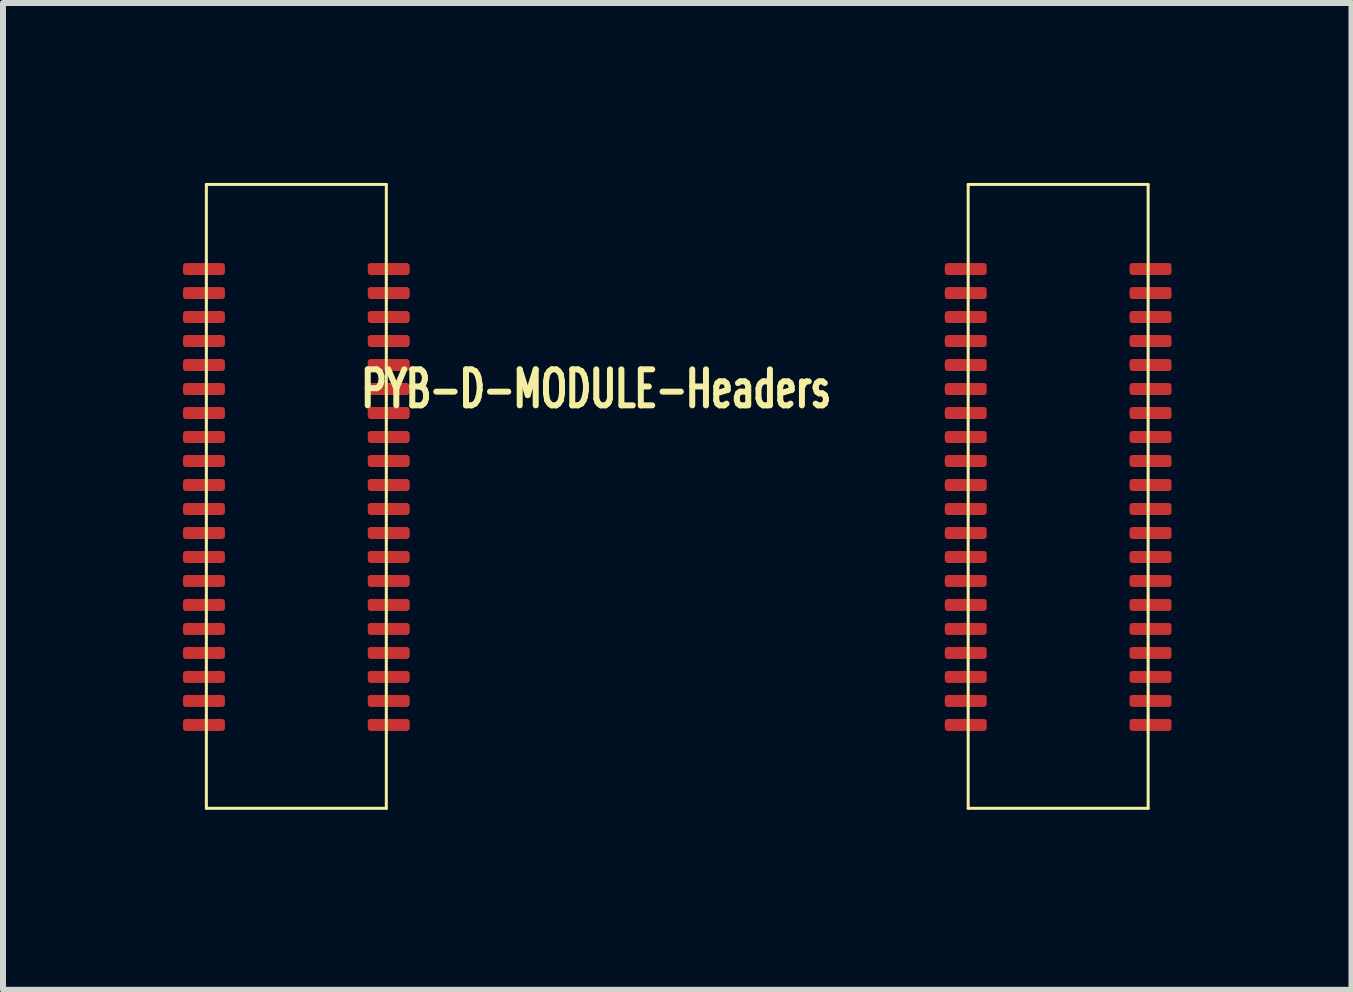
<source format=kicad_pcb>
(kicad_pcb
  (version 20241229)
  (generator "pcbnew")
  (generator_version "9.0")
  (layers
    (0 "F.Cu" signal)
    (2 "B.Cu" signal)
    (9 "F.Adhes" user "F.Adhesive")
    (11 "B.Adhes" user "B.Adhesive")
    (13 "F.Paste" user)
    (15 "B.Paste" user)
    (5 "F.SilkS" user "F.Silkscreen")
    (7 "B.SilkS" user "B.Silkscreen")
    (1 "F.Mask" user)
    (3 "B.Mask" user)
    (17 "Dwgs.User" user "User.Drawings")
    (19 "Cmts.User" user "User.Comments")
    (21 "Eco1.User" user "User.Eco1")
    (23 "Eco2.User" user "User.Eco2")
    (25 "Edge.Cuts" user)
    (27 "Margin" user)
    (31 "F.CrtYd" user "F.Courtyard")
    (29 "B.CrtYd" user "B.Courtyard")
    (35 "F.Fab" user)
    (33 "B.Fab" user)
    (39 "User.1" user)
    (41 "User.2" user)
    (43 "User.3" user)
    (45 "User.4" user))
  (footprint "PYB-D-MODULE-Headers"
    (layer "F.Cu")
    (at 8.24 5.225)
    (property "Reference" "PYB-D-MODULE-Headers" (at -1.35 -1.79 0) (layer "F.SilkS") (effects (font (size 0.6 0.4) (thickness 0.1))))
    (attr smd)
    (fp_line (start -7.85 -5.2) (end -7.85 5.2) (stroke (width 0.05) (type solid)) (layer "F.SilkS"))
    (fp_line (start -7.85 5.2) (end -4.85 5.2) (stroke (width 0.05) (type solid)) (layer "F.SilkS"))
    (fp_line (start -4.85 -5.2) (end -7.85 -5.2) (stroke (width 0.05) (type solid)) (layer "F.SilkS"))
    (fp_line (start -4.85 5.2) (end -4.85 -5.2) (stroke (width 0.05) (type solid)) (layer "F.SilkS"))
    (fp_line (start 4.85 -5.2) (end 4.85 5.2) (stroke (width 0.05) (type solid)) (layer "F.SilkS"))
    (fp_line (start 4.85 5.2) (end 7.85 5.2) (stroke (width 0.05) (type solid)) (layer "F.SilkS"))
    (fp_line (start 7.85 -5.2) (end 4.85 -5.2) (stroke (width 0.05) (type solid)) (layer "F.SilkS"))
    (fp_line (start 7.85 5.2) (end 7.85 -5.2) (stroke (width 0.05) (type solid)) (layer "F.SilkS"))
    (pad "1" smd roundrect (at 4.81 3.81) (size 0.7 0.2) (layers "F.Cu" "F.Mask" "F.Paste") (roundrect_rratio 0.25))
    (pad "2" smd roundrect (at 7.89 3.81) (size 0.7 0.2) (layers "F.Cu" "F.Mask" "F.Paste") (roundrect_rratio 0.25))
    (pad "3" smd roundrect (at 4.81 3.41) (size 0.7 0.2) (layers "F.Cu" "F.Mask" "F.Paste") (roundrect_rratio 0.25))
    (pad "4" smd roundrect (at 7.89 3.41) (size 0.7 0.2) (layers "F.Cu" "F.Mask" "F.Paste") (roundrect_rratio 0.25))
    (pad "5" smd roundrect (at 4.81 3.01) (size 0.7 0.2) (layers "F.Cu" "F.Mask" "F.Paste") (roundrect_rratio 0.25))
    (pad "6" smd roundrect (at 7.89 3.01) (size 0.7 0.2) (layers "F.Cu" "F.Mask" "F.Paste") (roundrect_rratio 0.25))
    (pad "7" smd roundrect (at 4.81 2.61) (size 0.7 0.2) (layers "F.Cu" "F.Mask" "F.Paste") (roundrect_rratio 0.25))
    (pad "8" smd roundrect (at 7.89 2.61) (size 0.7 0.2) (layers "F.Cu" "F.Mask" "F.Paste") (roundrect_rratio 0.25))
    (pad "9" smd roundrect (at 4.81 2.21) (size 0.7 0.2) (layers "F.Cu" "F.Mask" "F.Paste") (roundrect_rratio 0.25))
    (pad "10" smd roundrect (at 7.89 2.21) (size 0.7 0.2) (layers "F.Cu" "F.Mask" "F.Paste") (roundrect_rratio 0.25))
    (pad "11" smd roundrect (at 4.81 1.81) (size 0.7 0.2) (layers "F.Cu" "F.Mask" "F.Paste") (roundrect_rratio 0.25))
    (pad "12" smd roundrect (at 7.89 1.81) (size 0.7 0.2) (layers "F.Cu" "F.Mask" "F.Paste") (roundrect_rratio 0.25))
    (pad "13" smd roundrect (at 4.81 1.41) (size 0.7 0.2) (layers "F.Cu" "F.Mask" "F.Paste") (roundrect_rratio 0.25))
    (pad "14" smd roundrect (at 7.89 1.41) (size 0.7 0.2) (layers "F.Cu" "F.Mask" "F.Paste") (roundrect_rratio 0.25))
    (pad "15" smd roundrect (at 4.81 1.01) (size 0.7 0.2) (layers "F.Cu" "F.Mask" "F.Paste") (roundrect_rratio 0.25))
    (pad "16" smd roundrect (at 7.89 1.01) (size 0.7 0.2) (layers "F.Cu" "F.Mask" "F.Paste") (roundrect_rratio 0.25))
    (pad "17" smd roundrect (at 4.81 0.61) (size 0.7 0.2) (layers "F.Cu" "F.Mask" "F.Paste") (roundrect_rratio 0.25))
    (pad "18" smd roundrect (at 7.89 0.61) (size 0.7 0.2) (layers "F.Cu" "F.Mask" "F.Paste") (roundrect_rratio 0.25))
    (pad "19" smd roundrect (at 4.81 0.21) (size 0.7 0.2) (layers "F.Cu" "F.Mask" "F.Paste") (roundrect_rratio 0.25))
    (pad "20" smd roundrect (at 7.89 0.21) (size 0.7 0.2) (layers "F.Cu" "F.Mask" "F.Paste") (roundrect_rratio 0.25))
    (pad "21" smd roundrect (at 4.81 -0.19) (size 0.7 0.2) (layers "F.Cu" "F.Mask" "F.Paste") (roundrect_rratio 0.25))
    (pad "22" smd roundrect (at 7.89 -0.19) (size 0.7 0.2) (layers "F.Cu" "F.Mask" "F.Paste") (roundrect_rratio 0.25))
    (pad "23" smd roundrect (at 4.81 -0.59) (size 0.7 0.2) (layers "F.Cu" "F.Mask" "F.Paste") (roundrect_rratio 0.25))
    (pad "24" smd roundrect (at 7.89 -0.59) (size 0.7 0.2) (layers "F.Cu" "F.Mask" "F.Paste") (roundrect_rratio 0.25))
    (pad "25" smd roundrect (at 4.81 -0.99) (size 0.7 0.2) (layers "F.Cu" "F.Mask" "F.Paste") (roundrect_rratio 0.25))
    (pad "26" smd roundrect (at 7.89 -0.99) (size 0.7 0.2) (layers "F.Cu" "F.Mask" "F.Paste") (roundrect_rratio 0.25))
    (pad "27" smd roundrect (at 4.81 -1.39) (size 0.7 0.2) (layers "F.Cu" "F.Mask" "F.Paste") (roundrect_rratio 0.25))
    (pad "28" smd roundrect (at 7.89 -1.39) (size 0.7 0.2) (layers "F.Cu" "F.Mask" "F.Paste") (roundrect_rratio 0.25))
    (pad "29" smd roundrect (at 4.81 -1.79) (size 0.7 0.2) (layers "F.Cu" "F.Mask" "F.Paste") (roundrect_rratio 0.25))
    (pad "30" smd roundrect (at 7.89 -1.79) (size 0.7 0.2) (layers "F.Cu" "F.Mask" "F.Paste") (roundrect_rratio 0.25))
    (pad "31" smd roundrect (at 4.81 -2.19) (size 0.7 0.2) (layers "F.Cu" "F.Mask" "F.Paste") (roundrect_rratio 0.25))
    (pad "32" smd roundrect (at 7.89 -2.19) (size 0.7 0.2) (layers "F.Cu" "F.Mask" "F.Paste") (roundrect_rratio 0.25))
    (pad "33" smd roundrect (at 4.81 -2.59) (size 0.7 0.2) (layers "F.Cu" "F.Mask" "F.Paste") (roundrect_rratio 0.25))
    (pad "34" smd roundrect (at 7.89 -2.59) (size 0.7 0.2) (layers "F.Cu" "F.Mask" "F.Paste") (roundrect_rratio 0.25))
    (pad "35" smd roundrect (at 4.81 -2.99) (size 0.7 0.2) (layers "F.Cu" "F.Mask" "F.Paste") (roundrect_rratio 0.25))
    (pad "36" smd roundrect (at 7.89 -2.99) (size 0.7 0.2) (layers "F.Cu" "F.Mask" "F.Paste") (roundrect_rratio 0.25))
    (pad "37" smd roundrect (at 4.81 -3.39) (size 0.7 0.2) (layers "F.Cu" "F.Mask" "F.Paste") (roundrect_rratio 0.25))
    (pad "38" smd roundrect (at 7.89 -3.39) (size 0.7 0.2) (layers "F.Cu" "F.Mask" "F.Paste") (roundrect_rratio 0.25))
    (pad "39" smd roundrect (at 4.81 -3.79) (size 0.7 0.2) (layers "F.Cu" "F.Mask" "F.Paste") (roundrect_rratio 0.25))
    (pad "40" smd roundrect (at 7.89 -3.79) (size 0.7 0.2) (layers "F.Cu" "F.Mask" "F.Paste") (roundrect_rratio 0.25))
    (pad "41" smd roundrect (at -4.81 -3.79) (size 0.7 0.2) (layers "F.Cu" "F.Mask" "F.Paste") (roundrect_rratio 0.25))
    (pad "42" smd roundrect (at -7.89 -3.79) (size 0.7 0.2) (layers "F.Cu" "F.Mask" "F.Paste") (roundrect_rratio 0.25))
    (pad "43" smd roundrect (at -4.81 -3.39) (size 0.7 0.2) (layers "F.Cu" "F.Mask" "F.Paste") (roundrect_rratio 0.25))
    (pad "44" smd roundrect (at -7.89 -3.39) (size 0.7 0.2) (layers "F.Cu" "F.Mask" "F.Paste") (roundrect_rratio 0.25))
    (pad "45" smd roundrect (at -4.81 -2.99) (size 0.7 0.2) (layers "F.Cu" "F.Mask" "F.Paste") (roundrect_rratio 0.25))
    (pad "46" smd roundrect (at -7.89 -2.99) (size 0.7 0.2) (layers "F.Cu" "F.Mask" "F.Paste") (roundrect_rratio 0.25))
    (pad "47" smd roundrect (at -4.81 -2.59) (size 0.7 0.2) (layers "F.Cu" "F.Mask" "F.Paste") (roundrect_rratio 0.25))
    (pad "48" smd roundrect (at -7.89 -2.59) (size 0.7 0.2) (layers "F.Cu" "F.Mask" "F.Paste") (roundrect_rratio 0.25))
    (pad "49" smd roundrect (at -4.81 -2.19) (size 0.7 0.2) (layers "F.Cu" "F.Mask" "F.Paste") (roundrect_rratio 0.25))
    (pad "50" smd roundrect (at -7.89 -2.19) (size 0.7 0.2) (layers "F.Cu" "F.Mask" "F.Paste") (roundrect_rratio 0.25))
    (pad "51" smd roundrect (at -4.81 -1.79) (size 0.7 0.2) (layers "F.Cu" "F.Mask" "F.Paste") (roundrect_rratio 0.25))
    (pad "52" smd roundrect (at -7.89 -1.79) (size 0.7 0.2) (layers "F.Cu" "F.Mask" "F.Paste") (roundrect_rratio 0.25))
    (pad "53" smd roundrect (at -4.81 -1.39) (size 0.7 0.2) (layers "F.Cu" "F.Mask" "F.Paste") (roundrect_rratio 0.25))
    (pad "54" smd roundrect (at -7.89 -1.39) (size 0.7 0.2) (layers "F.Cu" "F.Mask" "F.Paste") (roundrect_rratio 0.25))
    (pad "55" smd roundrect (at -4.81 -0.99) (size 0.7 0.2) (layers "F.Cu" "F.Mask" "F.Paste") (roundrect_rratio 0.25))
    (pad "56" smd roundrect (at -7.89 -0.99) (size 0.7 0.2) (layers "F.Cu" "F.Mask" "F.Paste") (roundrect_rratio 0.25))
    (pad "57" smd roundrect (at -4.81 -0.59) (size 0.7 0.2) (layers "F.Cu" "F.Mask" "F.Paste") (roundrect_rratio 0.25))
    (pad "58" smd roundrect (at -7.89 -0.59) (size 0.7 0.2) (layers "F.Cu" "F.Mask" "F.Paste") (roundrect_rratio 0.25))
    (pad "59" smd roundrect (at -4.81 -0.19) (size 0.7 0.2) (layers "F.Cu" "F.Mask" "F.Paste") (roundrect_rratio 0.25))
    (pad "60" smd roundrect (at -7.89 -0.19) (size 0.7 0.2) (layers "F.Cu" "F.Mask" "F.Paste") (roundrect_rratio 0.25))
    (pad "61" smd roundrect (at -4.81 0.21) (size 0.7 0.2) (layers "F.Cu" "F.Mask" "F.Paste") (roundrect_rratio 0.25))
    (pad "62" smd roundrect (at -7.89 0.21) (size 0.7 0.2) (layers "F.Cu" "F.Mask" "F.Paste") (roundrect_rratio 0.25))
    (pad "63" smd roundrect (at -4.81 0.61) (size 0.7 0.2) (layers "F.Cu" "F.Mask" "F.Paste") (roundrect_rratio 0.25))
    (pad "64" smd roundrect (at -7.89 0.61) (size 0.7 0.2) (layers "F.Cu" "F.Mask" "F.Paste") (roundrect_rratio 0.25))
    (pad "65" smd roundrect (at -4.81 1.01) (size 0.7 0.2) (layers "F.Cu" "F.Mask" "F.Paste") (roundrect_rratio 0.25))
    (pad "66" smd roundrect (at -7.89 1.01) (size 0.7 0.2) (layers "F.Cu" "F.Mask" "F.Paste") (roundrect_rratio 0.25))
    (pad "67" smd roundrect (at -4.81 1.41) (size 0.7 0.2) (layers "F.Cu" "F.Mask" "F.Paste") (roundrect_rratio 0.25))
    (pad "68" smd roundrect (at -7.89 1.41) (size 0.7 0.2) (layers "F.Cu" "F.Mask" "F.Paste") (roundrect_rratio 0.25))
    (pad "69" smd roundrect (at -4.81 1.81) (size 0.7 0.2) (layers "F.Cu" "F.Mask" "F.Paste") (roundrect_rratio 0.25))
    (pad "70" smd roundrect (at -7.89 1.81) (size 0.7 0.2) (layers "F.Cu" "F.Mask" "F.Paste") (roundrect_rratio 0.25))
    (pad "71" smd roundrect (at -4.81 2.21) (size 0.7 0.2) (layers "F.Cu" "F.Mask" "F.Paste") (roundrect_rratio 0.25))
    (pad "72" smd roundrect (at -7.89 2.21) (size 0.7 0.2) (layers "F.Cu" "F.Mask" "F.Paste") (roundrect_rratio 0.25))
    (pad "73" smd roundrect (at -4.81 2.61) (size 0.7 0.2) (layers "F.Cu" "F.Mask" "F.Paste") (roundrect_rratio 0.25))
    (pad "74" smd roundrect (at -7.89 2.61) (size 0.7 0.2) (layers "F.Cu" "F.Mask" "F.Paste") (roundrect_rratio 0.25))
    (pad "75" smd roundrect (at -4.81 3.01) (size 0.7 0.2) (layers "F.Cu" "F.Mask" "F.Paste") (roundrect_rratio 0.25))
    (pad "76" smd roundrect (at -7.89 3.01) (size 0.7 0.2) (layers "F.Cu" "F.Mask" "F.Paste") (roundrect_rratio 0.25))
    (pad "77" smd roundrect (at -4.81 3.41) (size 0.7 0.2) (layers "F.Cu" "F.Mask" "F.Paste") (roundrect_rratio 0.25))
    (pad "78" smd roundrect (at -7.89 3.41) (size 0.7 0.2) (layers "F.Cu" "F.Mask" "F.Paste") (roundrect_rratio 0.25))
    (pad "79" smd roundrect (at -4.81 3.81) (size 0.7 0.2) (layers "F.Cu" "F.Mask" "F.Paste") (roundrect_rratio 0.25))
    (pad "80" smd roundrect (at -7.89 3.81) (size 0.7 0.2) (layers "F.Cu" "F.Mask" "F.Paste") (roundrect_rratio 0.25)))
  (gr_rect
    (start -3 -3)
    (end 19.48 13.45)
    (stroke (width 0.1) (type default))
    (fill no)
    (layer "Edge.Cuts")))
</source>
